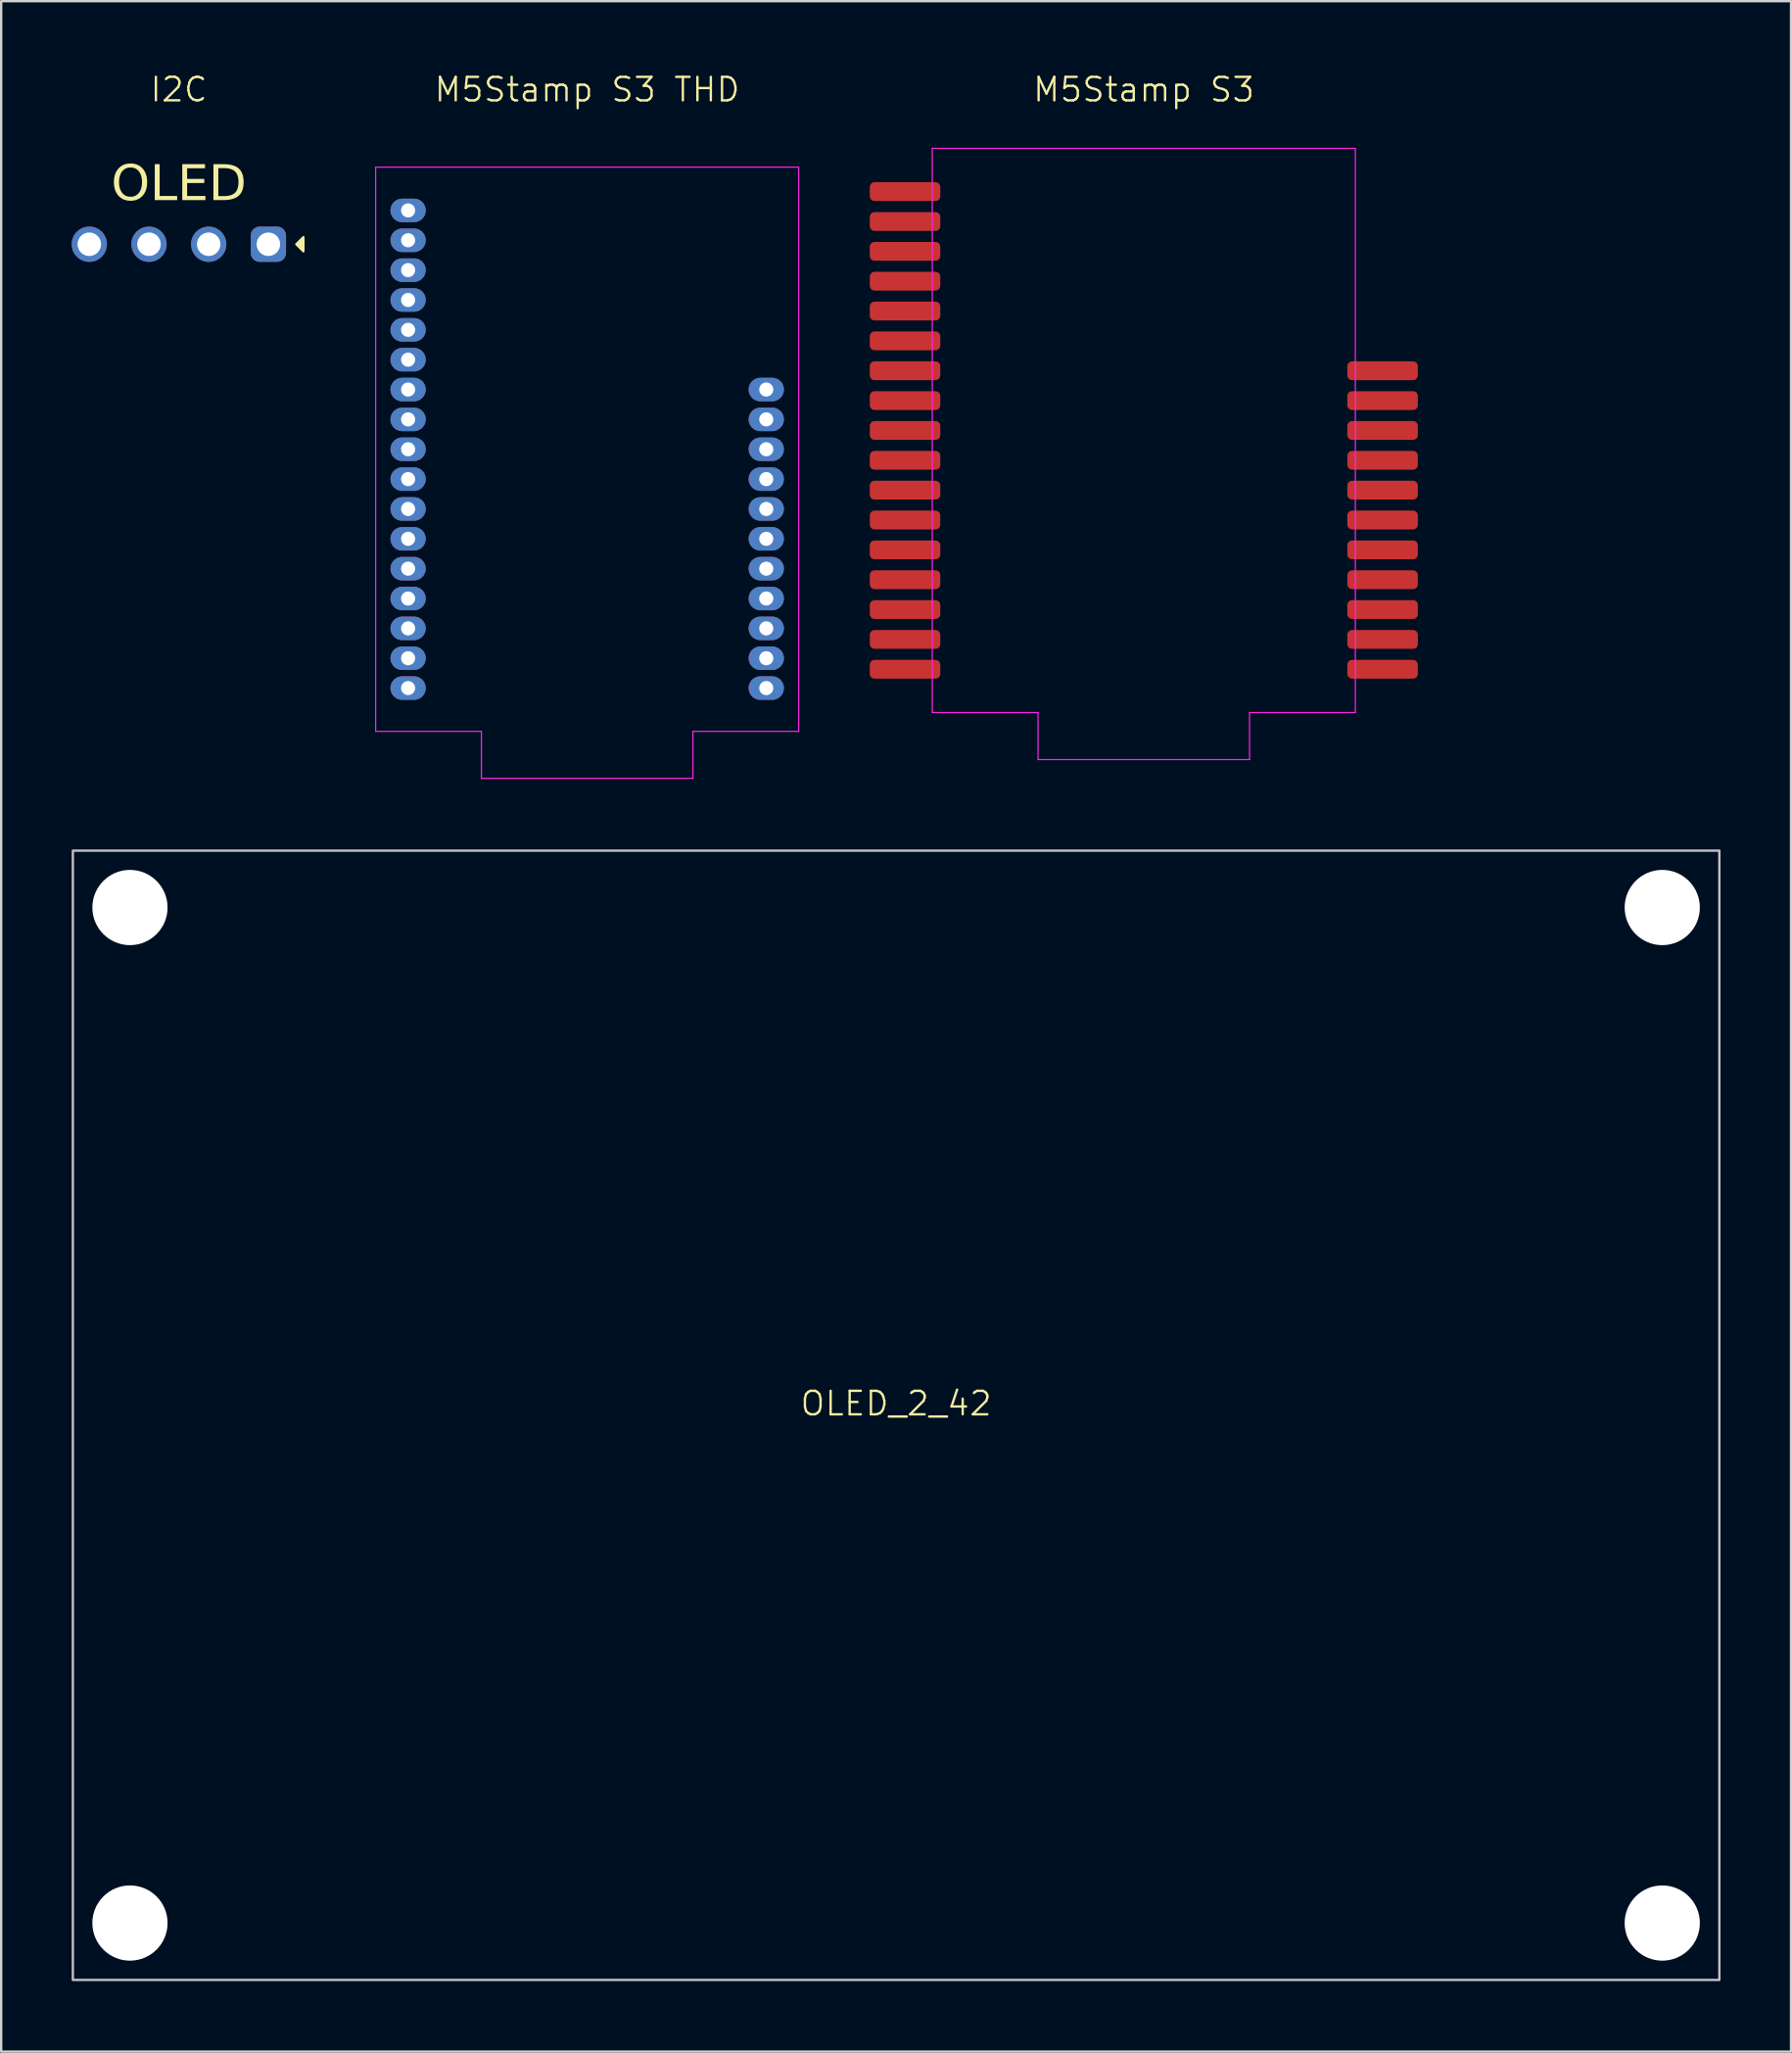
<source format=kicad_pcb>
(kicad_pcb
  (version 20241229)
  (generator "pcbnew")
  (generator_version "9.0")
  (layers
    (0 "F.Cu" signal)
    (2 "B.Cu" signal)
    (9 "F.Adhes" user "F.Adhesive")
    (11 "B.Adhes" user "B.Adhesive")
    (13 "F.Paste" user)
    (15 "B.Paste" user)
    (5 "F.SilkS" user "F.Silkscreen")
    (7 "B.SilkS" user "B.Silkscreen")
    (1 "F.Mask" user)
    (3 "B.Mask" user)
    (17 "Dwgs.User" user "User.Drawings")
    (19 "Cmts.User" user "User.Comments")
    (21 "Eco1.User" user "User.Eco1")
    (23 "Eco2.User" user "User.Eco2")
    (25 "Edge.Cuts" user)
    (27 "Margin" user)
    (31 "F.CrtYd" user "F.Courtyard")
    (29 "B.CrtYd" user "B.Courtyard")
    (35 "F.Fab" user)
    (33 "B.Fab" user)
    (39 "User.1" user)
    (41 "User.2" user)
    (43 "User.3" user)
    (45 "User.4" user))
  (footprint "M5Stamp S3"
    (layer "F.Cu")
    (at 45.62 15.261)
    (property "Reference" "M5Stamp S3" (at 0 -14.5 0) (unlocked yes) (layer "F.SilkS") (effects (font (size 1 1) (thickness 0.1))))
    (attr smd)
    (fp_line (start -9 -12) (end 9 -12) (stroke (width 0.05) (type default)) (layer "F.CrtYd"))
    (fp_line (start -9 12) (end -9 -12) (stroke (width 0.05) (type default)) (layer "F.CrtYd"))
    (fp_line (start -4.5 12) (end -9 12) (stroke (width 0.05) (type default)) (layer "F.CrtYd"))
    (fp_line (start -4.5 14) (end -4.5 12) (stroke (width 0.05) (type default)) (layer "F.CrtYd"))
    (fp_line (start 4.5 12) (end 4.5 14) (stroke (width 0.05) (type default)) (layer "F.CrtYd"))
    (fp_line (start 4.5 14) (end -4.5 14) (stroke (width 0.05) (type default)) (layer "F.CrtYd"))
    (fp_line (start 9 -12) (end 9 12) (stroke (width 0.05) (type default)) (layer "F.CrtYd"))
    (fp_line (start 9 12) (end 4.5 12) (stroke (width 0.05) (type default)) (layer "F.CrtYd"))
    (pad "1" smd roundrect (at -10.16 -10.16) (size 3 0.8) (layers "F.Cu" "F.Mask" "F.Paste") (roundrect_rratio 0.25))
    (pad "2" smd roundrect (at -10.16 -8.89) (size 3 0.8) (layers "F.Cu" "F.Mask" "F.Paste") (roundrect_rratio 0.25))
    (pad "3" smd roundrect (at -10.16 -7.62) (size 3 0.8) (layers "F.Cu" "F.Mask" "F.Paste") (roundrect_rratio 0.25))
    (pad "4" smd roundrect (at -10.16 -6.35) (size 3 0.8) (layers "F.Cu" "F.Mask" "F.Paste") (roundrect_rratio 0.25))
    (pad "5" smd roundrect (at -10.16 -5.08) (size 3 0.8) (layers "F.Cu" "F.Mask" "F.Paste") (roundrect_rratio 0.25))
    (pad "6" smd roundrect (at -10.16 -3.81) (size 3 0.8) (layers "F.Cu" "F.Mask" "F.Paste") (roundrect_rratio 0.25))
    (pad "7" smd roundrect (at -10.16 -2.54) (size 3 0.8) (layers "F.Cu" "F.Mask" "F.Paste") (roundrect_rratio 0.25))
    (pad "8" smd roundrect (at -10.16 -1.27) (size 3 0.8) (layers "F.Cu" "F.Mask" "F.Paste") (roundrect_rratio 0.25))
    (pad "9" smd roundrect (at -10.16 0) (size 3 0.8) (layers "F.Cu" "F.Mask" "F.Paste") (roundrect_rratio 0.25))
    (pad "10" smd roundrect (at -10.16 1.27) (size 3 0.8) (layers "F.Cu" "F.Mask" "F.Paste") (roundrect_rratio 0.25))
    (pad "11" smd roundrect (at -10.16 2.54) (size 3 0.8) (layers "F.Cu" "F.Mask" "F.Paste") (roundrect_rratio 0.25))
    (pad "12" smd roundrect (at -10.16 3.81) (size 3 0.8) (layers "F.Cu" "F.Mask" "F.Paste") (roundrect_rratio 0.25))
    (pad "13" smd roundrect (at -10.16 5.08) (size 3 0.8) (layers "F.Cu" "F.Mask" "F.Paste") (roundrect_rratio 0.25))
    (pad "14" smd roundrect (at -10.16 6.35) (size 3 0.8) (layers "F.Cu" "F.Mask" "F.Paste") (roundrect_rratio 0.25))
    (pad "15" smd roundrect (at -10.16 7.62) (size 3 0.8) (layers "F.Cu" "F.Mask" "F.Paste") (roundrect_rratio 0.25))
    (pad "16" smd roundrect (at -10.16 8.89) (size 3 0.8) (layers "F.Cu" "F.Mask" "F.Paste") (roundrect_rratio 0.25))
    (pad "17" smd roundrect (at -10.16 10.16) (size 3 0.8) (layers "F.Cu" "F.Mask" "F.Paste") (roundrect_rratio 0.25))
    (pad "18" smd roundrect (at 10.16 10.16) (size 3 0.8) (layers "F.Cu" "F.Mask" "F.Paste") (roundrect_rratio 0.25))
    (pad "19" smd roundrect (at 10.16 8.89) (size 3 0.8) (layers "F.Cu" "F.Mask" "F.Paste") (roundrect_rratio 0.25))
    (pad "20" smd roundrect (at 10.16 7.62) (size 3 0.8) (layers "F.Cu" "F.Mask" "F.Paste") (roundrect_rratio 0.25))
    (pad "21" smd roundrect (at 10.16 6.35) (size 3 0.8) (layers "F.Cu" "F.Mask" "F.Paste") (roundrect_rratio 0.25))
    (pad "22" smd roundrect (at 10.16 5.08) (size 3 0.8) (layers "F.Cu" "F.Mask" "F.Paste") (roundrect_rratio 0.25))
    (pad "23" smd roundrect (at 10.16 3.81) (size 3 0.8) (layers "F.Cu" "F.Mask" "F.Paste") (roundrect_rratio 0.25))
    (pad "24" smd roundrect (at 10.16 2.54) (size 3 0.8) (layers "F.Cu" "F.Mask" "F.Paste") (roundrect_rratio 0.25))
    (pad "25" smd roundrect (at 10.16 1.27) (size 3 0.8) (layers "F.Cu" "F.Mask" "F.Paste") (roundrect_rratio 0.25))
    (pad "26" smd roundrect (at 10.16 0) (size 3 0.8) (layers "F.Cu" "F.Mask" "F.Paste") (roundrect_rratio 0.25))
    (pad "27" smd roundrect (at 10.16 -1.27) (size 3 0.8) (layers "F.Cu" "F.Mask" "F.Paste") (roundrect_rratio 0.25))
    (pad "28" smd roundrect (at 10.16 -2.54) (size 3 0.8) (layers "F.Cu" "F.Mask" "F.Paste") (roundrect_rratio 0.25)))
  (footprint "OLED_2_42"
    (layer "F.Cu")
    (at 35.08 57.156)
    (property "Reference" "OLED_2_42" (at 0 -0.5 0) (unlocked yes) (layer "F.SilkS") (effects (font (size 1 1) (thickness 0.1))))
    (attr through_hole)
    (fp_rect (start 35.03 24.02) (end -35.03 -24.02) (stroke (width 0.1) (type default)) (fill no) (layer "Dwgs.User"))
    (pad "" np_thru_hole circle (at -32.6 -21.6) (size 3.2 3.2) (drill 3.2) (layers "*.Cu" "*.Mask"))
    (pad "" np_thru_hole circle (at -32.6 21.6) (size 3.2 3.2) (drill 3.2) (layers "*.Cu" "*.Mask"))
    (pad "" np_thru_hole circle (at 32.6 -21.6) (size 3.2 3.2) (drill 3.2) (layers "*.Cu" "*.Mask"))
    (pad "" np_thru_hole circle (at 32.6 21.6) (size 3.2 3.2) (drill 3.2) (layers "*.Cu" "*.Mask")))
  (footprint "I2C"
    (layer "F.Cu")
    (at 4.56 7.34)
    (property "Reference" "I2C" (at 0 -6.58 0) (unlocked yes) (layer "F.SilkS") (effects (font (size 1 1) (thickness 0.1))))
    (attr smd)
    (fp_poly (pts (xy 5 0) (xy 5.3 -0.3) (xy 5.3 0.3)) (stroke (width 0.1) (type solid)) (fill yes) (layer "F.SilkS"))
    (fp_text user "OLED" (at 0 -2.5 0) (unlocked yes) (layer "F.SilkS") (effects (font (face "M+ 1c medium") (size 1.5 1.5) (thickness 0.15))))
    (pad "1" thru_hole circle (at -3.81 0) (size 1.5 1.5) (drill 1) (layers "*.Cu" "*.Mask"))
    (pad "2" thru_hole circle (at -1.27 0) (size 1.5 1.5) (drill 1) (layers "*.Cu" "*.Mask"))
    (pad "3" thru_hole circle (at 1.27 0) (size 1.5 1.5) (drill 1) (layers "*.Cu" "*.Mask"))
    (pad "4" thru_hole roundrect (at 3.81 0) (size 1.5 1.5) (drill 1) (layers "*.Cu" "*.Mask") (roundrect_rratio 0.25)))
  (footprint "M5Stamp S3 THD"
    (layer "F.Cu")
    (at 21.935 16.061)
    (property "Reference" "M5Stamp S3 THD" (at 0 -15.3 0) (unlocked yes) (layer "F.SilkS") (effects (font (size 1 1) (thickness 0.1))))
    (attr through_hole)
    (fp_line (start -9 -12) (end 9 -12) (stroke (width 0.05) (type default)) (layer "F.CrtYd"))
    (fp_line (start -9 12) (end -9 -12) (stroke (width 0.05) (type default)) (layer "F.CrtYd"))
    (fp_line (start -4.5 12) (end -9 12) (stroke (width 0.05) (type default)) (layer "F.CrtYd"))
    (fp_line (start -4.5 14) (end -4.5 12) (stroke (width 0.05) (type default)) (layer "F.CrtYd"))
    (fp_line (start 4.5 12) (end 4.5 14) (stroke (width 0.05) (type default)) (layer "F.CrtYd"))
    (fp_line (start 4.5 14) (end -4.5 14) (stroke (width 0.05) (type default)) (layer "F.CrtYd"))
    (fp_line (start 9 -12) (end 9 12) (stroke (width 0.05) (type default)) (layer "F.CrtYd"))
    (fp_line (start 9 12) (end 4.5 12) (stroke (width 0.05) (type default)) (layer "F.CrtYd"))
    (pad "1" thru_hole oval (at -7.62 -10.16) (size 1.5 1) (drill 0.6) (layers "*.Cu" "*.Mask"))
    (pad "2" thru_hole oval (at -7.62 -8.89) (size 1.5 1) (drill 0.6) (layers "*.Cu" "*.Mask"))
    (pad "3" thru_hole oval (at -7.62 -7.62) (size 1.5 1) (drill 0.6) (layers "*.Cu" "*.Mask"))
    (pad "4" thru_hole oval (at -7.62 -6.35) (size 1.5 1) (drill 0.6) (layers "*.Cu" "*.Mask"))
    (pad "5" thru_hole oval (at -7.62 -5.08) (size 1.5 1) (drill 0.6) (layers "*.Cu" "*.Mask"))
    (pad "6" thru_hole oval (at -7.62 -3.81) (size 1.5 1) (drill 0.6) (layers "*.Cu" "*.Mask"))
    (pad "7" thru_hole oval (at -7.62 -2.54) (size 1.5 1) (drill 0.6) (layers "*.Cu" "*.Mask"))
    (pad "8" thru_hole oval (at -7.62 -1.27) (size 1.5 1) (drill 0.6) (layers "*.Cu" "*.Mask"))
    (pad "9" thru_hole oval (at -7.62 0) (size 1.5 1) (drill 0.6) (layers "*.Cu" "*.Mask"))
    (pad "10" thru_hole oval (at -7.62 1.27) (size 1.5 1) (drill 0.6) (layers "*.Cu" "*.Mask"))
    (pad "11" thru_hole oval (at -7.62 2.54) (size 1.5 1) (drill 0.6) (layers "*.Cu" "*.Mask"))
    (pad "12" thru_hole oval (at -7.62 3.81) (size 1.5 1) (drill 0.6) (layers "*.Cu" "*.Mask"))
    (pad "13" thru_hole oval (at -7.62 5.08) (size 1.5 1) (drill 0.6) (layers "*.Cu" "*.Mask"))
    (pad "14" thru_hole oval (at -7.62 6.35) (size 1.5 1) (drill 0.6) (layers "*.Cu" "*.Mask"))
    (pad "15" thru_hole oval (at -7.62 7.62) (size 1.5 1) (drill 0.6) (layers "*.Cu" "*.Mask"))
    (pad "16" thru_hole oval (at -7.62 8.89) (size 1.5 1) (drill 0.6) (layers "*.Cu" "*.Mask"))
    (pad "17" thru_hole oval (at -7.62 10.16) (size 1.5 1) (drill 0.6) (layers "*.Cu" "*.Mask"))
    (pad "18" thru_hole oval (at 7.62 10.16) (size 1.5 1) (drill 0.6) (layers "*.Cu" "*.Mask"))
    (pad "19" thru_hole oval (at 7.62 8.89) (size 1.5 1) (drill 0.6) (layers "*.Cu" "*.Mask"))
    (pad "20" thru_hole oval (at 7.62 7.62) (size 1.5 1) (drill 0.6) (layers "*.Cu" "*.Mask"))
    (pad "21" thru_hole oval (at 7.62 6.35) (size 1.5 1) (drill 0.6) (layers "*.Cu" "*.Mask"))
    (pad "22" thru_hole oval (at 7.62 5.08) (size 1.5 1) (drill 0.6) (layers "*.Cu" "*.Mask"))
    (pad "23" thru_hole oval (at 7.62 3.81) (size 1.5 1) (drill 0.6) (layers "*.Cu" "*.Mask"))
    (pad "24" thru_hole oval (at 7.62 2.54) (size 1.5 1) (drill 0.6) (layers "*.Cu" "*.Mask"))
    (pad "25" thru_hole oval (at 7.62 1.27) (size 1.5 1) (drill 0.6) (layers "*.Cu" "*.Mask"))
    (pad "26" thru_hole oval (at 7.62 0) (size 1.5 1) (drill 0.6) (layers "*.Cu" "*.Mask"))
    (pad "27" thru_hole oval (at 7.62 -1.27) (size 1.5 1) (drill 0.6) (layers "*.Cu" "*.Mask"))
    (pad "28" thru_hole oval (at 7.62 -2.54) (size 1.5 1) (drill 0.6) (layers "*.Cu" "*.Mask")))
  (gr_rect
    (start -3 -3)
    (end 73.16 84.225)
    (stroke (width 0.1) (type default))
    (fill no)
    (layer "Edge.Cuts")))
</source>
